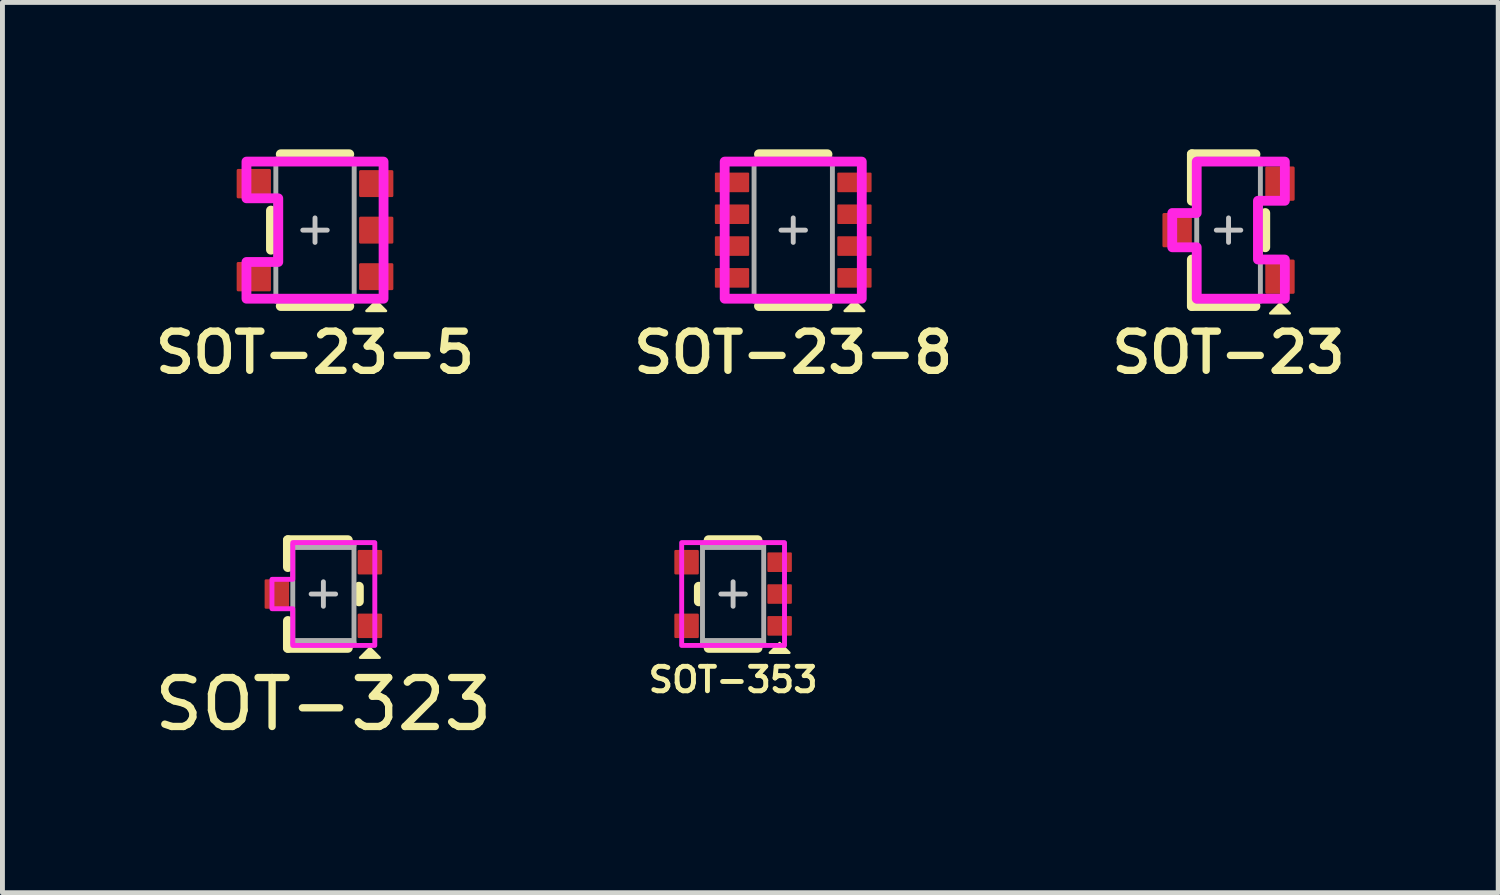
<source format=kicad_pcb>
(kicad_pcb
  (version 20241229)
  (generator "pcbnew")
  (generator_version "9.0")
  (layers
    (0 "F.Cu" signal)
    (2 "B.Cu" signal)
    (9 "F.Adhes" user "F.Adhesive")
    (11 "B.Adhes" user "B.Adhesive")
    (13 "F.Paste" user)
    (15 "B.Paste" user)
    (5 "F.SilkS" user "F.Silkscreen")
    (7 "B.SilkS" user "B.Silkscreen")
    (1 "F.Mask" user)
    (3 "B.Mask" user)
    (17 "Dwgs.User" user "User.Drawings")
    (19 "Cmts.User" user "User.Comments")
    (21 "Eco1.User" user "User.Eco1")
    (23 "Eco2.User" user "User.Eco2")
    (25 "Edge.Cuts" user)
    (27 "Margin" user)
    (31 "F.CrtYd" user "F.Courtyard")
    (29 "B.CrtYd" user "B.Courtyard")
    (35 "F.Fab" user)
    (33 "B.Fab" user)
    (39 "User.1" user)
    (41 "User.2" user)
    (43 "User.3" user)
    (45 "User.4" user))
  (footprint "SOT-23-5"
    (layer "F.Cu")
    (at 3.383 1.65)
    (property "Reference" "SOT-23-5" (at 0 2.5 0) (unlocked yes) (layer "F.SilkS") (effects (font (size 0.8 0.8) (thickness 0.15))))
    (attr smd)
    (fp_line (start -0.9 0.4) (end -0.9 -0.4) (stroke (width 0.2) (type solid)) (layer "F.SilkS"))
    (fp_line (start 0.7 -1.55) (end -0.7 -1.55) (stroke (width 0.2) (type solid)) (layer "F.SilkS"))
    (fp_line (start 0.7 1.55) (end -0.7 1.55) (stroke (width 0.2) (type solid)) (layer "F.SilkS"))
    (fp_poly (pts (xy 1.05 1.65) (xy 1.25 1.45) (xy 1.45 1.65)) (stroke (width 0.05) (type solid)) (fill yes) (layer "F.SilkS"))
    (fp_line (start 0 0.25) (end 0 -0.25) (stroke (width 0.1) (type solid)) (layer "Dwgs.User"))
    (fp_line (start 0.25 0) (end -0.25 0) (stroke (width 0.1) (type solid)) (layer "Dwgs.User"))
    (fp_poly (pts (xy 1.4 1.4) (xy -1.4 1.4) (xy -1.4 0.65) (xy -0.75 0.65) (xy -0.75 -0.65) (xy -1.4 -0.65) (xy -1.4 -1.4) (xy 1.4 -1.4)) (stroke (width 0.2) (type solid)) (fill no) (layer "F.CrtYd"))
    (fp_rect (start -0.8 -1.45) (end 0.8 1.45) (stroke (width 0.1) (type solid)) (fill no) (layer "F.Fab"))
    (pad "1" smd roundrect (at 1.25 0.95) (size 0.7 0.55) (layers "F.Cu" "F.Mask" "F.Paste") (roundrect_rratio 0.05))
    (pad "2" smd roundrect (at 1.25 0) (size 0.7 0.55) (layers "F.Cu" "F.Mask" "F.Paste") (roundrect_rratio 0.05))
    (pad "3" smd roundrect (at 1.25 -0.95) (size 0.7 0.55) (layers "F.Cu" "F.Mask" "F.Paste") (roundrect_rratio 0.05))
    (pad "4" smd roundrect (at -1.25 -0.95) (size 0.7 0.6) (layers "F.Cu" "F.Mask" "F.Paste") (roundrect_rratio 0.05))
    (pad "5" smd roundrect (at -1.25 0.95) (size 0.7 0.6) (layers "F.Cu" "F.Mask" "F.Paste") (roundrect_rratio 0.05)))
  (footprint "SOT-23"
    (layer "F.Cu")
    (at 22.039 1.65)
    (property "Reference" "SOT-23" (at 0 2.5 0) (unlocked yes) (layer "F.SilkS") (effects (font (size 0.8 0.8) (thickness 0.15))))
    (attr smd)
    (fp_line (start -0.75 -1.55) (end 0.55 -1.55) (stroke (width 0.2) (type solid)) (layer "F.SilkS"))
    (fp_line (start -0.75 -0.6) (end -0.75 -1.55) (stroke (width 0.2) (type solid)) (layer "F.SilkS"))
    (fp_line (start -0.75 0.6) (end -0.75 1.55) (stroke (width 0.2) (type solid)) (layer "F.SilkS"))
    (fp_line (start -0.75 1.55) (end 0.55 1.55) (stroke (width 0.2) (type solid)) (layer "F.SilkS"))
    (fp_line (start 0.75 -0.35) (end 0.75 0.35) (stroke (width 0.2) (type solid)) (layer "F.SilkS"))
    (fp_poly (pts (xy 0.85 1.7) (xy 1.05 1.5) (xy 1.25 1.7)) (stroke (width 0.05) (type solid)) (fill yes) (layer "F.SilkS"))
    (fp_line (start -0.25 0) (end 0.25 0) (stroke (width 0.1) (type solid)) (layer "Dwgs.User"))
    (fp_line (start 0 -0.25) (end 0 0.25) (stroke (width 0.1) (type solid)) (layer "Dwgs.User"))
    (fp_poly (pts (xy 1.15 -0.6) (xy 0.6 -0.6) (xy 0.6 0.6) (xy 1.15 0.6) (xy 1.15 1.4) (xy -0.65 1.4) (xy -0.65 0.35) (xy -1.15 0.35) (xy -1.15 -0.35) (xy -0.65 -0.35) (xy -0.65 -1.4) (xy 1.15 -1.4)) (stroke (width 0.2) (type solid)) (fill no) (layer "F.CrtYd"))
    (fp_rect (start -0.65 -1.45) (end 0.65 1.45) (stroke (width 0.1) (type solid)) (fill no) (layer "F.Fab"))
    (pad "1" smd roundrect (at 1.05 0.95 90) (size 0.7 0.6) (layers "F.Cu" "F.Mask" "F.Paste") (roundrect_rratio 0.05))
    (pad "2" smd roundrect (at 1.05 -0.95 90) (size 0.7 0.6) (layers "F.Cu" "F.Mask" "F.Paste") (roundrect_rratio 0.05))
    (pad "3" smd roundrect (at -1.05 0 90) (size 0.7 0.6) (layers "F.Cu" "F.Mask" "F.Paste") (roundrect_rratio 0.05)))
  (footprint "SOT-23-8"
    (layer "F.Cu")
    (at 13.149 1.65)
    (property "Reference" "SOT-23-8" (at 0 2.5 0) (unlocked yes) (layer "F.SilkS") (effects (font (size 0.8 0.8) (thickness 0.15))))
    (attr smd)
    (fp_line (start 0.7 -1.55) (end -0.7 -1.55) (stroke (width 0.2) (type solid)) (layer "F.SilkS"))
    (fp_line (start 0.7 1.55) (end -0.7 1.55) (stroke (width 0.2) (type solid)) (layer "F.SilkS"))
    (fp_poly (pts (xy 1.05 1.65) (xy 1.25 1.45) (xy 1.45 1.65)) (stroke (width 0.05) (type solid)) (fill yes) (layer "F.SilkS"))
    (fp_line (start 0 0.25) (end 0 -0.25) (stroke (width 0.1) (type solid)) (layer "Dwgs.User"))
    (fp_line (start 0.25 0) (end -0.25 0) (stroke (width 0.1) (type solid)) (layer "Dwgs.User"))
    (fp_rect (start -1.4 -1.4) (end 1.4 1.4) (stroke (width 0.2) (type solid)) (fill no) (layer "F.CrtYd"))
    (fp_rect (start -0.8 -1.45) (end 0.8 1.45) (stroke (width 0.1) (type solid)) (fill no) (layer "F.Fab"))
    (pad "1" smd roundrect (at 1.25 0.975) (size 0.7 0.4) (layers "F.Cu" "F.Mask" "F.Paste") (roundrect_rratio 0.05))
    (pad "2" smd roundrect (at 1.25 0.325) (size 0.7 0.4) (layers "F.Cu" "F.Mask" "F.Paste") (roundrect_rratio 0.05))
    (pad "3" smd roundrect (at 1.25 -0.325) (size 0.7 0.4) (layers "F.Cu" "F.Mask" "F.Paste") (roundrect_rratio 0.05))
    (pad "4" smd roundrect (at 1.25 -0.975) (size 0.7 0.4) (layers "F.Cu" "F.Mask" "F.Paste") (roundrect_rratio 0.05))
    (pad "5" smd roundrect (at -1.25 -0.975) (size 0.7 0.4) (layers "F.Cu" "F.Mask" "F.Paste") (roundrect_rratio 0.05))
    (pad "6" smd roundrect (at -1.25 -0.325) (size 0.7 0.4) (layers "F.Cu" "F.Mask" "F.Paste") (roundrect_rratio 0.05))
    (pad "7" smd roundrect (at -1.25 0.325) (size 0.7 0.4) (layers "F.Cu" "F.Mask" "F.Paste") (roundrect_rratio 0.05))
    (pad "8" smd roundrect (at -1.25 0.975) (size 0.7 0.4) (layers "F.Cu" "F.Mask" "F.Paste") (roundrect_rratio 0.05)))
  (footprint "SOT-323"
    (layer "F.Cu")
    (at 3.554 9.081)
    (property "Reference" "SOT-323" (at 0 2.25 0) (unlocked yes) (layer "F.SilkS") (effects (font (size 1 1) (thickness 0.15))))
    (attr smd)
    (fp_line (start -0.725 -1.1) (end 0.5 -1.1) (stroke (width 0.2) (type solid)) (layer "F.SilkS"))
    (fp_line (start -0.725 -0.55) (end -0.725 -1.1) (stroke (width 0.2) (type solid)) (layer "F.SilkS"))
    (fp_line (start -0.725 0.55) (end -0.725 1.1) (stroke (width 0.2) (type solid)) (layer "F.SilkS"))
    (fp_line (start -0.725 1.1) (end 0.5 1.1) (stroke (width 0.2) (type solid)) (layer "F.SilkS"))
    (fp_line (start 0.725 -0.15) (end 0.725 0.15) (stroke (width 0.2) (type solid)) (layer "F.SilkS"))
    (fp_poly (pts (xy 0.75 1.3) (xy 0.95 1.1) (xy 1.15 1.3)) (stroke (width 0.05) (type solid)) (fill yes) (layer "F.SilkS"))
    (fp_line (start -0.25 0) (end 0.25 0) (stroke (width 0.1) (type solid)) (layer "Dwgs.User"))
    (fp_line (start 0 -0.25) (end 0 0.25) (stroke (width 0.1) (type solid)) (layer "Dwgs.User"))
    (fp_poly (pts (xy 1.05 1.05) (xy -0.625 1.05) (xy -0.625 0.3) (xy -1.05 0.3) (xy -1.05 -0.3) (xy -0.625 -0.3) (xy -0.625 -1.05) (xy 1.05 -1.05)) (stroke (width 0.1) (type solid)) (fill no) (layer "F.CrtYd"))
    (fp_line (start -0.625 -1) (end -0.625 1) (stroke (width 0.1) (type solid)) (layer "F.Fab"))
    (fp_line (start -0.575 -1) (end 0.575 -1) (stroke (width 0.2) (type solid)) (layer "F.Fab"))
    (fp_line (start -0.575 1) (end 0.575 1) (stroke (width 0.2) (type solid)) (layer "F.Fab"))
    (fp_line (start 0.625 1) (end 0.625 -1) (stroke (width 0.1) (type solid)) (layer "F.Fab"))
    (pad "1" smd roundrect (at 0.95 0.65) (size 0.5 0.5) (layers "F.Cu" "F.Mask" "F.Paste") (roundrect_rratio 0.05))
    (pad "2" smd roundrect (at 0.95 -0.65) (size 0.5 0.5) (layers "F.Cu" "F.Mask" "F.Paste") (roundrect_rratio 0.05))
    (pad "3" smd roundrect (at -0.95 0 90) (size 0.6 0.5) (layers "F.Cu" "F.Mask" "F.Paste") (roundrect_rratio 0.05)))
  (footprint "SOT-353"
    (layer "F.Cu")
    (at 11.921 9.081)
    (property "Reference" "SOT-353" (at 0 1.75 0) (unlocked yes) (layer "F.SilkS") (effects (font (size 0.5 0.5) (thickness 0.1) (bold yes))))
    (attr smd)
    (fp_line (start -0.7 0.15) (end -0.7 -0.15) (stroke (width 0.2) (type solid)) (layer "F.SilkS"))
    (fp_line (start 0.5 -1.1) (end -0.5 -1.1) (stroke (width 0.2) (type solid)) (layer "F.SilkS"))
    (fp_line (start 0.5 1.1) (end -0.5 1.1) (stroke (width 0.2) (type solid)) (layer "F.SilkS"))
    (fp_poly (pts (xy 0.75 1.2) (xy 0.95 1) (xy 1.15 1.2)) (stroke (width 0.05) (type solid)) (fill yes) (layer "F.SilkS"))
    (fp_line (start 0 0.25) (end 0 -0.25) (stroke (width 0.1) (type solid)) (layer "Dwgs.User"))
    (fp_line (start 0.25 0) (end -0.25 0) (stroke (width 0.1) (type solid)) (layer "Dwgs.User"))
    (fp_rect (start -1.05 -1.05) (end 1.05 1.05) (stroke (width 0.1) (type solid)) (fill no) (layer "F.CrtYd"))
    (fp_line (start -0.625 -1) (end -0.625 1) (stroke (width 0.1) (type solid)) (layer "F.Fab"))
    (fp_line (start -0.575 -1) (end 0.575 -1) (stroke (width 0.2) (type solid)) (layer "F.Fab"))
    (fp_line (start -0.575 1) (end 0.575 1) (stroke (width 0.2) (type solid)) (layer "F.Fab"))
    (fp_line (start 0.625 1) (end 0.625 -1) (stroke (width 0.1) (type solid)) (layer "F.Fab"))
    (pad "1" smd roundrect (at 0.95 0.65) (size 0.5 0.4) (layers "F.Cu" "F.Mask" "F.Paste") (roundrect_rratio 0.05))
    (pad "2" smd roundrect (at 0.95 0) (size 0.5 0.4) (layers "F.Cu" "F.Mask" "F.Paste") (roundrect_rratio 0.05))
    (pad "3" smd roundrect (at 0.95 -0.65) (size 0.5 0.4) (layers "F.Cu" "F.Mask" "F.Paste") (roundrect_rratio 0.05))
    (pad "4" smd roundrect (at -0.95 -0.65) (size 0.5 0.5) (layers "F.Cu" "F.Mask" "F.Paste") (roundrect_rratio 0.05))
    (pad "5" smd roundrect (at -0.95 0.65) (size 0.5 0.5) (layers "F.Cu" "F.Mask" "F.Paste") (roundrect_rratio 0.05)))
  (gr_rect
    (start -3 -3)
    (end 27.546 15.18)
    (stroke (width 0.1) (type default))
    (fill no)
    (layer "Edge.Cuts")))
</source>
